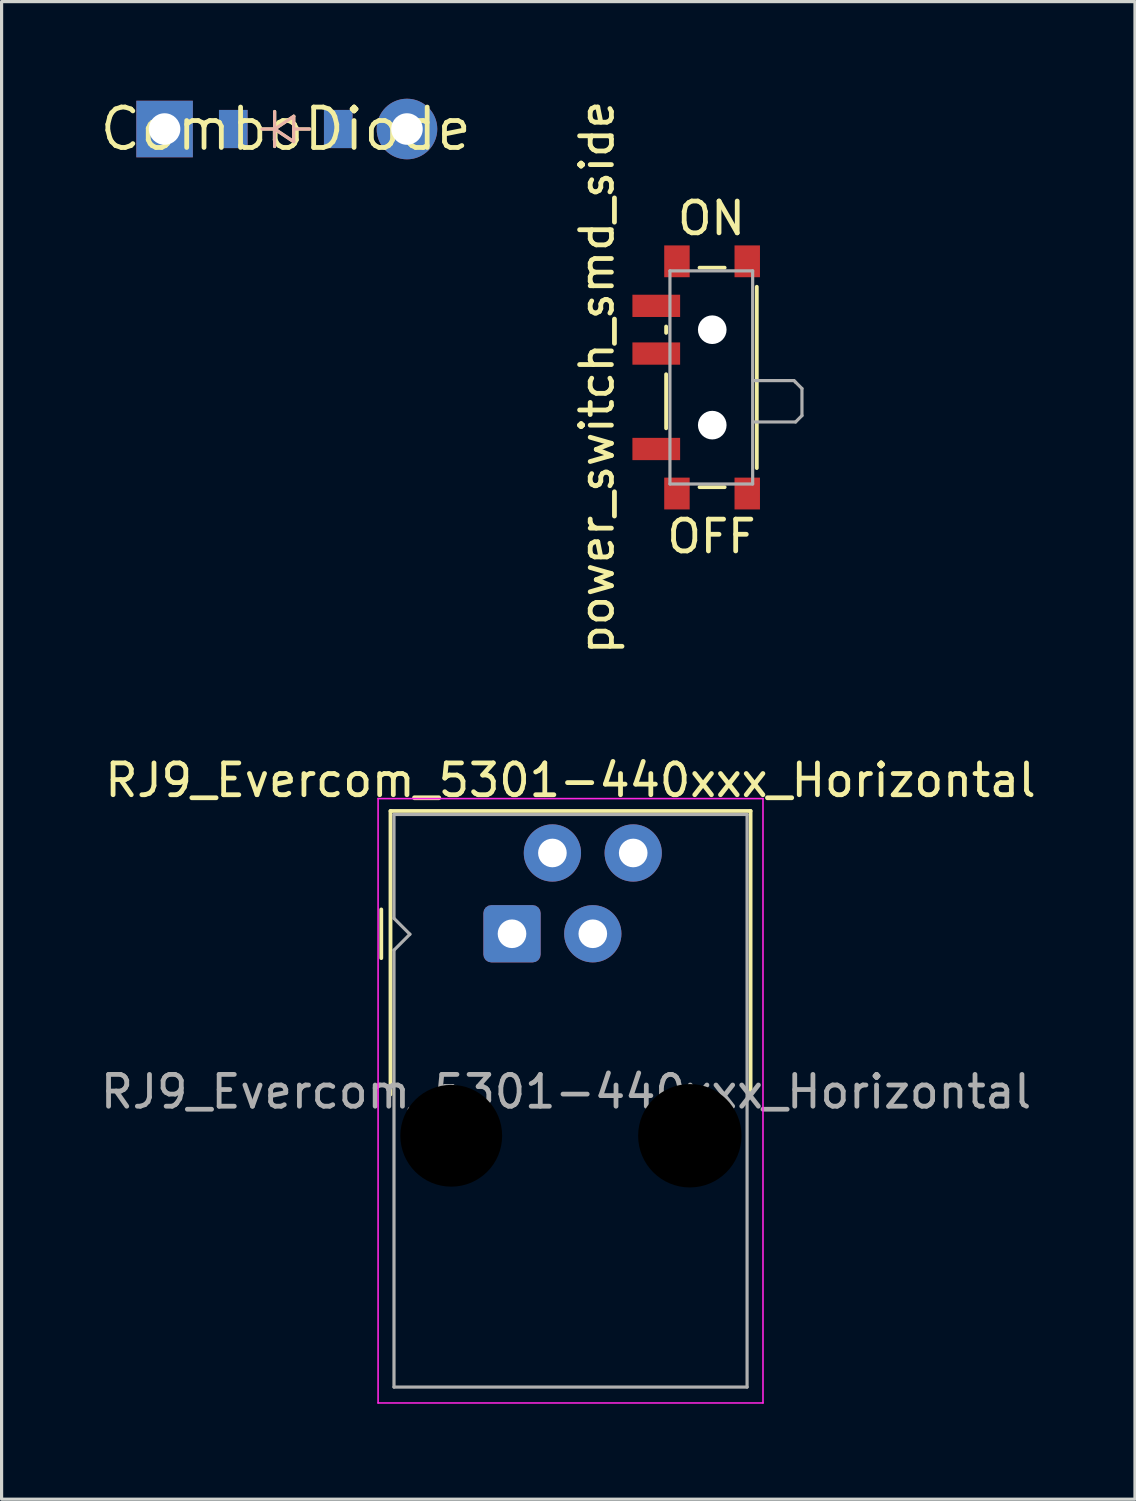
<source format=kicad_pcb>
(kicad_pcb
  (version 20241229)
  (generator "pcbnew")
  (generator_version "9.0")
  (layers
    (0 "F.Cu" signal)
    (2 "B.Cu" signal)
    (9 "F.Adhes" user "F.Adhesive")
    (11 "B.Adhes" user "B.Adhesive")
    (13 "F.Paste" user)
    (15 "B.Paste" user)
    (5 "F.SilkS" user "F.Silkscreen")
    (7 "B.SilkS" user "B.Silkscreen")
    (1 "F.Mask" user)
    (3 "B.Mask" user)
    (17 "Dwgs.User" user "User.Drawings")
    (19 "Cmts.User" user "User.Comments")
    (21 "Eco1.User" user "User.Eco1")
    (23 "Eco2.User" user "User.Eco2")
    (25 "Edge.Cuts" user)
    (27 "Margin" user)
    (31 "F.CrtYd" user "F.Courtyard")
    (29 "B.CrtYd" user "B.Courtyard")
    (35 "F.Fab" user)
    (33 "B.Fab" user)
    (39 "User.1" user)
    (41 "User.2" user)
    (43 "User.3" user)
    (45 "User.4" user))
  (footprint "ComboDiode"
    (layer "F.Cu")
    (at 5.934 1.006)
    (property "Reference" "ComboDiode" (at 0 0 180) (layer "F.SilkS") (effects (font (size 1.27 1.27) (thickness 0.15))))
    (attr through_hole)
    (fp_line (start -0.75 0) (end -0.35 0) (stroke (width 0.1) (type solid)) (layer "F.SilkS"))
    (fp_line (start -0.35 0) (end -0.35 -0.55) (stroke (width 0.1) (type solid)) (layer "F.SilkS"))
    (fp_line (start -0.35 0) (end -0.35 0.55) (stroke (width 0.1) (type solid)) (layer "F.SilkS"))
    (fp_line (start -0.35 0) (end 0.25 -0.4) (stroke (width 0.1) (type solid)) (layer "F.SilkS"))
    (fp_line (start 0.25 -0.4) (end 0.25 0.4) (stroke (width 0.1) (type solid)) (layer "F.SilkS"))
    (fp_line (start 0.25 0) (end 0.75 0) (stroke (width 0.1) (type solid)) (layer "F.SilkS"))
    (fp_line (start 0.25 0.4) (end -0.35 0) (stroke (width 0.1) (type solid)) (layer "F.SilkS"))
    (fp_line (start -0.75 0) (end -0.35 0) (stroke (width 0.1) (type solid)) (layer "B.SilkS"))
    (fp_line (start -0.35 0) (end -0.35 -0.55) (stroke (width 0.1) (type solid)) (layer "B.SilkS"))
    (fp_line (start -0.35 0) (end -0.35 0.55) (stroke (width 0.1) (type solid)) (layer "B.SilkS"))
    (fp_line (start -0.35 0) (end 0.25 -0.4) (stroke (width 0.1) (type solid)) (layer "B.SilkS"))
    (fp_line (start 0.25 -0.4) (end 0.25 0.4) (stroke (width 0.1) (type solid)) (layer "B.SilkS"))
    (fp_line (start 0.25 0) (end 0.75 0) (stroke (width 0.1) (type solid)) (layer "B.SilkS"))
    (fp_line (start 0.25 0.4) (end -0.35 0) (stroke (width 0.1) (type solid)) (layer "B.SilkS"))
    (pad "1" thru_hole rect (at -3.81 0) (size 1.778 1.778) (drill 0.991) (layers "*.Cu" "*.Mask"))
    (pad "1" smd rect (at -1.65 0) (size 0.9 1.2) (layers "F.Cu" "F.Mask" "F.Paste"))
    (pad "1" smd rect (at -1.65 0) (size 0.9 1.2) (layers "B.Cu" "B.Mask" "B.Paste"))
    (pad "2" smd rect (at 1.65 0) (size 0.9 1.2) (layers "F.Cu" "F.Mask" "F.Paste"))
    (pad "2" smd rect (at 1.65 0) (size 0.9 1.2) (layers "B.Cu" "B.Mask" "B.Paste"))
    (pad "2" thru_hole circle (at 3.81 0) (size 1.905 1.905) (drill 0.991) (layers "*.Cu" "*.Mask")))
  (footprint "RJ9_Evercom_5301-440xxx_Horizontal"
    (layer "F.Cu")
    (at 13.046 26.305)
    (property "Reference" "RJ9_Evercom_5301-440xxx_Horizontal" (at 1.84 -4.826 180) (layer "F.SilkS") (effects (font (size 1 1) (thickness 0.15))))
    (attr through_hole)
    (fp_line (start -4.11 0.765) (end -4.11 -0.765) (stroke (width 0.12) (type solid)) (layer "F.SilkS"))
    (fp_line (start -3.82 -3.86) (end 7.5 -3.86) (stroke (width 0.12) (type solid)) (layer "F.SilkS"))
    (fp_line (start -3.82 5.05) (end -3.82 -3.86) (stroke (width 0.12) (type solid)) (layer "F.SilkS"))
    (fp_line (start 7.5 -3.86) (end 7.5 5.05) (stroke (width 0.12) (type solid)) (layer "F.SilkS"))
    (fp_line (start -4.21 -4.25) (end 7.89 -4.25) (stroke (width 0.05) (type solid)) (layer "F.CrtYd"))
    (fp_line (start -4.21 14.75) (end -4.21 -4.25) (stroke (width 0.05) (type solid)) (layer "F.CrtYd"))
    (fp_line (start 7.89 -4.25) (end 7.89 14.75) (stroke (width 0.05) (type solid)) (layer "F.CrtYd"))
    (fp_line (start 7.89 14.75) (end -4.21 14.75) (stroke (width 0.05) (type solid)) (layer "F.CrtYd"))
    (fp_line (start -3.71 -3.75) (end 7.39 -3.75) (stroke (width 0.1) (type solid)) (layer "F.Fab"))
    (fp_line (start -3.71 -0.485) (end -3.71 -3.75) (stroke (width 0.1) (type solid)) (layer "F.Fab"))
    (fp_line (start -3.71 0.515) (end -3.21 0.015) (stroke (width 0.1) (type solid)) (layer "F.Fab"))
    (fp_line (start -3.71 14.25) (end -3.71 0.515) (stroke (width 0.1) (type solid)) (layer "F.Fab"))
    (fp_line (start -3.21 0.015) (end -3.71 -0.485) (stroke (width 0.1) (type solid)) (layer "F.Fab"))
    (fp_line (start 7.39 -3.75) (end 7.39 14.25) (stroke (width 0.1) (type solid)) (layer "F.Fab"))
    (fp_line (start 7.39 14.25) (end -3.71 14.25) (stroke (width 0.1) (type solid)) (layer "F.Fab"))
    (fp_text user "${REFERENCE}" (at 1.698 4.966 180) (layer "F.Fab") (effects (font (size 1 1) (thickness 0.15))))
    (pad "" np_thru_hole circle (at -1.91 6.35) (size 3.25 3.25) (drill 3.2) (layers "*.Mask"))
    (pad "" np_thru_hole circle (at 5.59 6.35) (size 3.25 3.25) (drill 3.25) (layers "*.Mask"))
    (pad "1" thru_hole roundrect (at 0 0) (size 1.8 1.8) (drill 0.9) (layers "*.Cu" "*.Mask") (roundrect_rratio 0.139))
    (pad "2" thru_hole circle (at 1.27 -2.54) (size 1.8 1.8) (drill 0.9) (layers "*.Cu" "*.Mask"))
    (pad "3" thru_hole circle (at 2.54 0) (size 1.8 1.8) (drill 0.9) (layers "*.Cu" "*.Mask"))
    (pad "4" thru_hole circle (at 3.81 -2.54) (size 1.8 1.8) (drill 0.9) (layers "*.Cu" "*.Mask")))
  (footprint "power_switch_smd_side"
    (layer "F.Cu")
    (at 19.316 8.815)
    (property "Reference" "power_switch_smd_side" (at -3.6 0 270) (layer "F.SilkS") (effects (font (size 1 1) (thickness 0.15))))
    (attr smd)
    (fp_line (start -1.425 -1.4) (end -1.425 -1.6) (stroke (width 0.12) (type solid)) (layer "F.SilkS"))
    (fp_line (start -1.425 1.6) (end -1.425 -0.1) (stroke (width 0.12) (type solid)) (layer "F.SilkS"))
    (fp_line (start -0.375 3.45) (end 0.415 3.45) (stroke (width 0.12) (type solid)) (layer "F.SilkS"))
    (fp_line (start 0.415 -3.45) (end -0.375 -3.45) (stroke (width 0.12) (type solid)) (layer "F.SilkS"))
    (fp_line (start 1.425 2.85) (end 1.425 -2.85) (stroke (width 0.12) (type solid)) (layer "F.SilkS"))
    (fp_line (start -1.305 -3.35) (end -1.305 3.35) (stroke (width 0.1) (type solid)) (layer "F.Fab"))
    (fp_line (start -1.305 3.35) (end 1.295 3.35) (stroke (width 0.1) (type solid)) (layer "F.Fab"))
    (fp_line (start 1.295 -3.35) (end -1.305 -3.35) (stroke (width 0.1) (type solid)) (layer "F.Fab"))
    (fp_line (start 1.295 3.35) (end 1.295 -3.35) (stroke (width 0.1) (type solid)) (layer "F.Fab"))
    (fp_line (start 1.345 1.4) (end 2.645 1.4) (stroke (width 0.1) (type solid)) (layer "F.Fab"))
    (fp_line (start 2.595 0.1) (end 1.295 0.1) (stroke (width 0.1) (type solid)) (layer "F.Fab"))
    (fp_line (start 2.645 0.15) (end 2.595 0.1) (stroke (width 0.1) (type solid)) (layer "F.Fab"))
    (fp_line (start 2.645 1.4) (end 2.845 1.2) (stroke (width 0.1) (type solid)) (layer "F.Fab"))
    (fp_line (start 2.845 0.35) (end 2.645 0.15) (stroke (width 0.1) (type solid)) (layer "F.Fab"))
    (fp_line (start 2.845 1.2) (end 2.845 0.35) (stroke (width 0.1) (type solid)) (layer "F.Fab"))
    (fp_text user "ON" (at 0 -5 0) (layer "F.SilkS") (effects (font (size 1 1) (thickness 0.15))))
    (fp_text user "OFF" (at 0 5 0) (layer "F.SilkS") (effects (font (size 1 1) (thickness 0.15))))
    (pad "" smd rect (at -1.085 -3.65 90) (size 1 0.8) (layers "F.Cu" "F.Mask" "F.Paste"))
    (pad "" smd rect (at -1.085 3.65 90) (size 1 0.8) (layers "F.Cu" "F.Mask" "F.Paste"))
    (pad "" np_thru_hole circle (at 0.025 -1.5 90) (size 0.9 0.9) (drill 0.9) (layers "*.Cu" "*.Mask"))
    (pad "" np_thru_hole circle (at 0.025 1.5 90) (size 0.9 0.9) (drill 0.9) (layers "*.Cu" "*.Mask"))
    (pad "" smd rect (at 1.125 -3.65 90) (size 1 0.8) (layers "F.Cu" "F.Mask" "F.Paste"))
    (pad "" smd rect (at 1.125 3.65 90) (size 1 0.8) (layers "F.Cu" "F.Mask" "F.Paste"))
    (pad "1" smd rect (at -1.735 2.25 90) (size 0.7 1.5) (layers "F.Cu" "F.Mask" "F.Paste"))
    (pad "2" smd rect (at -1.735 -0.75 90) (size 0.7 1.5) (layers "F.Cu" "F.Mask" "F.Paste"))
    (pad "3" smd rect (at -1.735 -2.25 90) (size 0.7 1.5) (layers "F.Cu" "F.Mask" "F.Paste")))
  (gr_rect
    (start -3 -3)
    (end 32.63 44.08)
    (stroke (width 0.1) (type default))
    (fill no)
    (layer "Edge.Cuts")))
</source>
